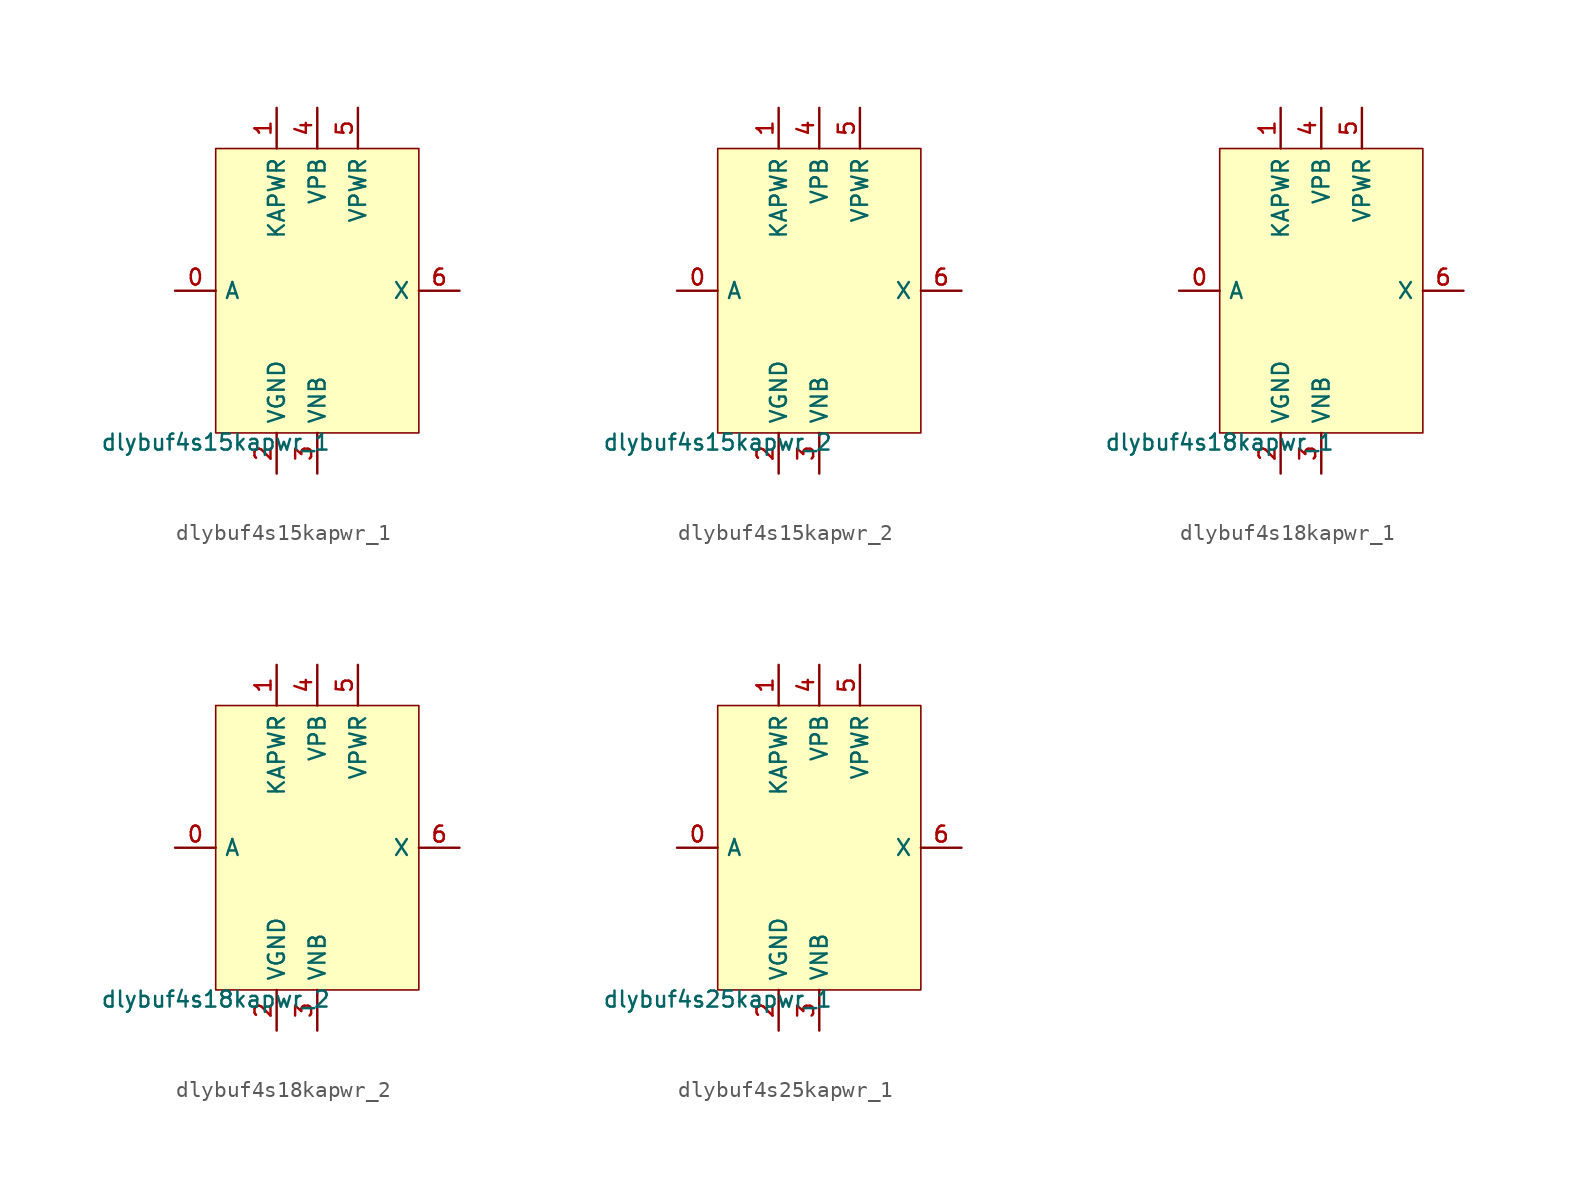
<source format=kicad_sym>
(kicad_symbol_lib
  (version 20211014)
  (generator pdk2kicad)
  (symbol "dlybuf4s15kapwr_1"
    (property "Reference" "X"
      (at 0 0 0)
      (effects (font (size 1 1)) hide))
    (property "Value" "dlybuf4s15kapwr_1"
      (at -6.35 -8.89 0)
      (effects (font (size 1 1)) (justify top)))
    (rectangle
      (start -6.35 -8.89)
      (end 6.35 8.89)
      (stroke (width 0.1) (type solid) (color 0 0 0 0))
      (fill (type background)))
    (pin input line
      (at -8.89 8.881784197001252e-16 0)
      (length 2.54)
      (name "A" (effects (font (size 1 1)) hide))
      (number "0" (effects (font (size 1 1)) hide)))
    (pin power_in line
      (at -2.54 11.43 270)
      (length 2.54)
      (name "KAPWR" (effects (font (size 1 1)) hide))
      (number "1" (effects (font (size 1 1)) hide)))
    (pin power_in line
      (at -2.54 -11.43 90)
      (length 2.54)
      (name "VGND" (effects (font (size 1 1)) hide))
      (number "2" (effects (font (size 1 1)) hide)))
    (pin power_in line
      (at 4.440892098500626e-16 -11.43 90)
      (length 2.54)
      (name "VNB" (effects (font (size 1 1)) hide))
      (number "3" (effects (font (size 1 1)) hide)))
    (pin power_in line
      (at 4.440892098500626e-16 11.43 270)
      (length 2.54)
      (name "VPB" (effects (font (size 1 1)) hide))
      (number "4" (effects (font (size 1 1)) hide)))
    (pin power_in line
      (at 2.54 11.43 270)
      (length 2.54)
      (name "VPWR" (effects (font (size 1 1)) hide))
      (number "5" (effects (font (size 1 1)) hide)))
    (pin output line
      (at 8.89 8.881784197001252e-16 180)
      (length 2.54)
      (name "X" (effects (font (size 1 1)) hide))
      (number "6" (effects (font (size 1 1)) hide))))
  (symbol "dlybuf4s15kapwr_2"
    (property "Reference" "X"
      (at 0 0 0)
      (effects (font (size 1 1)) hide))
    (property "Value" "dlybuf4s15kapwr_2"
      (at -6.35 -8.89 0)
      (effects (font (size 1 1)) (justify top)))
    (rectangle
      (start -6.35 -8.89)
      (end 6.35 8.89)
      (stroke (width 0.1) (type solid) (color 0 0 0 0))
      (fill (type background)))
    (pin input line
      (at -8.89 8.881784197001252e-16 0)
      (length 2.54)
      (name "A" (effects (font (size 1 1)) hide))
      (number "0" (effects (font (size 1 1)) hide)))
    (pin power_in line
      (at -2.54 11.43 270)
      (length 2.54)
      (name "KAPWR" (effects (font (size 1 1)) hide))
      (number "1" (effects (font (size 1 1)) hide)))
    (pin power_in line
      (at -2.54 -11.43 90)
      (length 2.54)
      (name "VGND" (effects (font (size 1 1)) hide))
      (number "2" (effects (font (size 1 1)) hide)))
    (pin power_in line
      (at 4.440892098500626e-16 -11.43 90)
      (length 2.54)
      (name "VNB" (effects (font (size 1 1)) hide))
      (number "3" (effects (font (size 1 1)) hide)))
    (pin power_in line
      (at 4.440892098500626e-16 11.43 270)
      (length 2.54)
      (name "VPB" (effects (font (size 1 1)) hide))
      (number "4" (effects (font (size 1 1)) hide)))
    (pin power_in line
      (at 2.54 11.43 270)
      (length 2.54)
      (name "VPWR" (effects (font (size 1 1)) hide))
      (number "5" (effects (font (size 1 1)) hide)))
    (pin output line
      (at 8.89 8.881784197001252e-16 180)
      (length 2.54)
      (name "X" (effects (font (size 1 1)) hide))
      (number "6" (effects (font (size 1 1)) hide))))
  (symbol "dlybuf4s18kapwr_1"
    (property "Reference" "X"
      (at 0 0 0)
      (effects (font (size 1 1)) hide))
    (property "Value" "dlybuf4s18kapwr_1"
      (at -6.35 -8.89 0)
      (effects (font (size 1 1)) (justify top)))
    (rectangle
      (start -6.35 -8.89)
      (end 6.35 8.89)
      (stroke (width 0.1) (type solid) (color 0 0 0 0))
      (fill (type background)))
    (pin input line
      (at -8.89 8.881784197001252e-16 0)
      (length 2.54)
      (name "A" (effects (font (size 1 1)) hide))
      (number "0" (effects (font (size 1 1)) hide)))
    (pin power_in line
      (at -2.54 11.43 270)
      (length 2.54)
      (name "KAPWR" (effects (font (size 1 1)) hide))
      (number "1" (effects (font (size 1 1)) hide)))
    (pin power_in line
      (at -2.54 -11.43 90)
      (length 2.54)
      (name "VGND" (effects (font (size 1 1)) hide))
      (number "2" (effects (font (size 1 1)) hide)))
    (pin power_in line
      (at 4.440892098500626e-16 -11.43 90)
      (length 2.54)
      (name "VNB" (effects (font (size 1 1)) hide))
      (number "3" (effects (font (size 1 1)) hide)))
    (pin power_in line
      (at 4.440892098500626e-16 11.43 270)
      (length 2.54)
      (name "VPB" (effects (font (size 1 1)) hide))
      (number "4" (effects (font (size 1 1)) hide)))
    (pin power_in line
      (at 2.54 11.43 270)
      (length 2.54)
      (name "VPWR" (effects (font (size 1 1)) hide))
      (number "5" (effects (font (size 1 1)) hide)))
    (pin output line
      (at 8.89 8.881784197001252e-16 180)
      (length 2.54)
      (name "X" (effects (font (size 1 1)) hide))
      (number "6" (effects (font (size 1 1)) hide))))
  (symbol "dlybuf4s18kapwr_2"
    (property "Reference" "X"
      (at 0 0 0)
      (effects (font (size 1 1)) hide))
    (property "Value" "dlybuf4s18kapwr_2"
      (at -6.35 -8.89 0)
      (effects (font (size 1 1)) (justify top)))
    (rectangle
      (start -6.35 -8.89)
      (end 6.35 8.89)
      (stroke (width 0.1) (type solid) (color 0 0 0 0))
      (fill (type background)))
    (pin input line
      (at -8.89 8.881784197001252e-16 0)
      (length 2.54)
      (name "A" (effects (font (size 1 1)) hide))
      (number "0" (effects (font (size 1 1)) hide)))
    (pin power_in line
      (at -2.54 11.43 270)
      (length 2.54)
      (name "KAPWR" (effects (font (size 1 1)) hide))
      (number "1" (effects (font (size 1 1)) hide)))
    (pin power_in line
      (at -2.54 -11.43 90)
      (length 2.54)
      (name "VGND" (effects (font (size 1 1)) hide))
      (number "2" (effects (font (size 1 1)) hide)))
    (pin power_in line
      (at 4.440892098500626e-16 -11.43 90)
      (length 2.54)
      (name "VNB" (effects (font (size 1 1)) hide))
      (number "3" (effects (font (size 1 1)) hide)))
    (pin power_in line
      (at 4.440892098500626e-16 11.43 270)
      (length 2.54)
      (name "VPB" (effects (font (size 1 1)) hide))
      (number "4" (effects (font (size 1 1)) hide)))
    (pin power_in line
      (at 2.54 11.43 270)
      (length 2.54)
      (name "VPWR" (effects (font (size 1 1)) hide))
      (number "5" (effects (font (size 1 1)) hide)))
    (pin output line
      (at 8.89 8.881784197001252e-16 180)
      (length 2.54)
      (name "X" (effects (font (size 1 1)) hide))
      (number "6" (effects (font (size 1 1)) hide))))
  (symbol "dlybuf4s25kapwr_1"
    (property "Reference" "X"
      (at 0 0 0)
      (effects (font (size 1 1)) hide))
    (property "Value" "dlybuf4s25kapwr_1"
      (at -6.35 -8.89 0)
      (effects (font (size 1 1)) (justify top)))
    (rectangle
      (start -6.35 -8.89)
      (end 6.35 8.89)
      (stroke (width 0.1) (type solid) (color 0 0 0 0))
      (fill (type background)))
    (pin input line
      (at -8.89 8.881784197001252e-16 0)
      (length 2.54)
      (name "A" (effects (font (size 1 1)) hide))
      (number "0" (effects (font (size 1 1)) hide)))
    (pin power_in line
      (at -2.54 11.43 270)
      (length 2.54)
      (name "KAPWR" (effects (font (size 1 1)) hide))
      (number "1" (effects (font (size 1 1)) hide)))
    (pin power_in line
      (at -2.54 -11.43 90)
      (length 2.54)
      (name "VGND" (effects (font (size 1 1)) hide))
      (number "2" (effects (font (size 1 1)) hide)))
    (pin power_in line
      (at 4.440892098500626e-16 -11.43 90)
      (length 2.54)
      (name "VNB" (effects (font (size 1 1)) hide))
      (number "3" (effects (font (size 1 1)) hide)))
    (pin power_in line
      (at 4.440892098500626e-16 11.43 270)
      (length 2.54)
      (name "VPB" (effects (font (size 1 1)) hide))
      (number "4" (effects (font (size 1 1)) hide)))
    (pin power_in line
      (at 2.54 11.43 270)
      (length 2.54)
      (name "VPWR" (effects (font (size 1 1)) hide))
      (number "5" (effects (font (size 1 1)) hide)))
    (pin output line
      (at 8.89 8.881784197001252e-16 180)
      (length 2.54)
      (name "X" (effects (font (size 1 1)) hide))
      (number "6" (effects (font (size 1 1)) hide)))))
</source>
